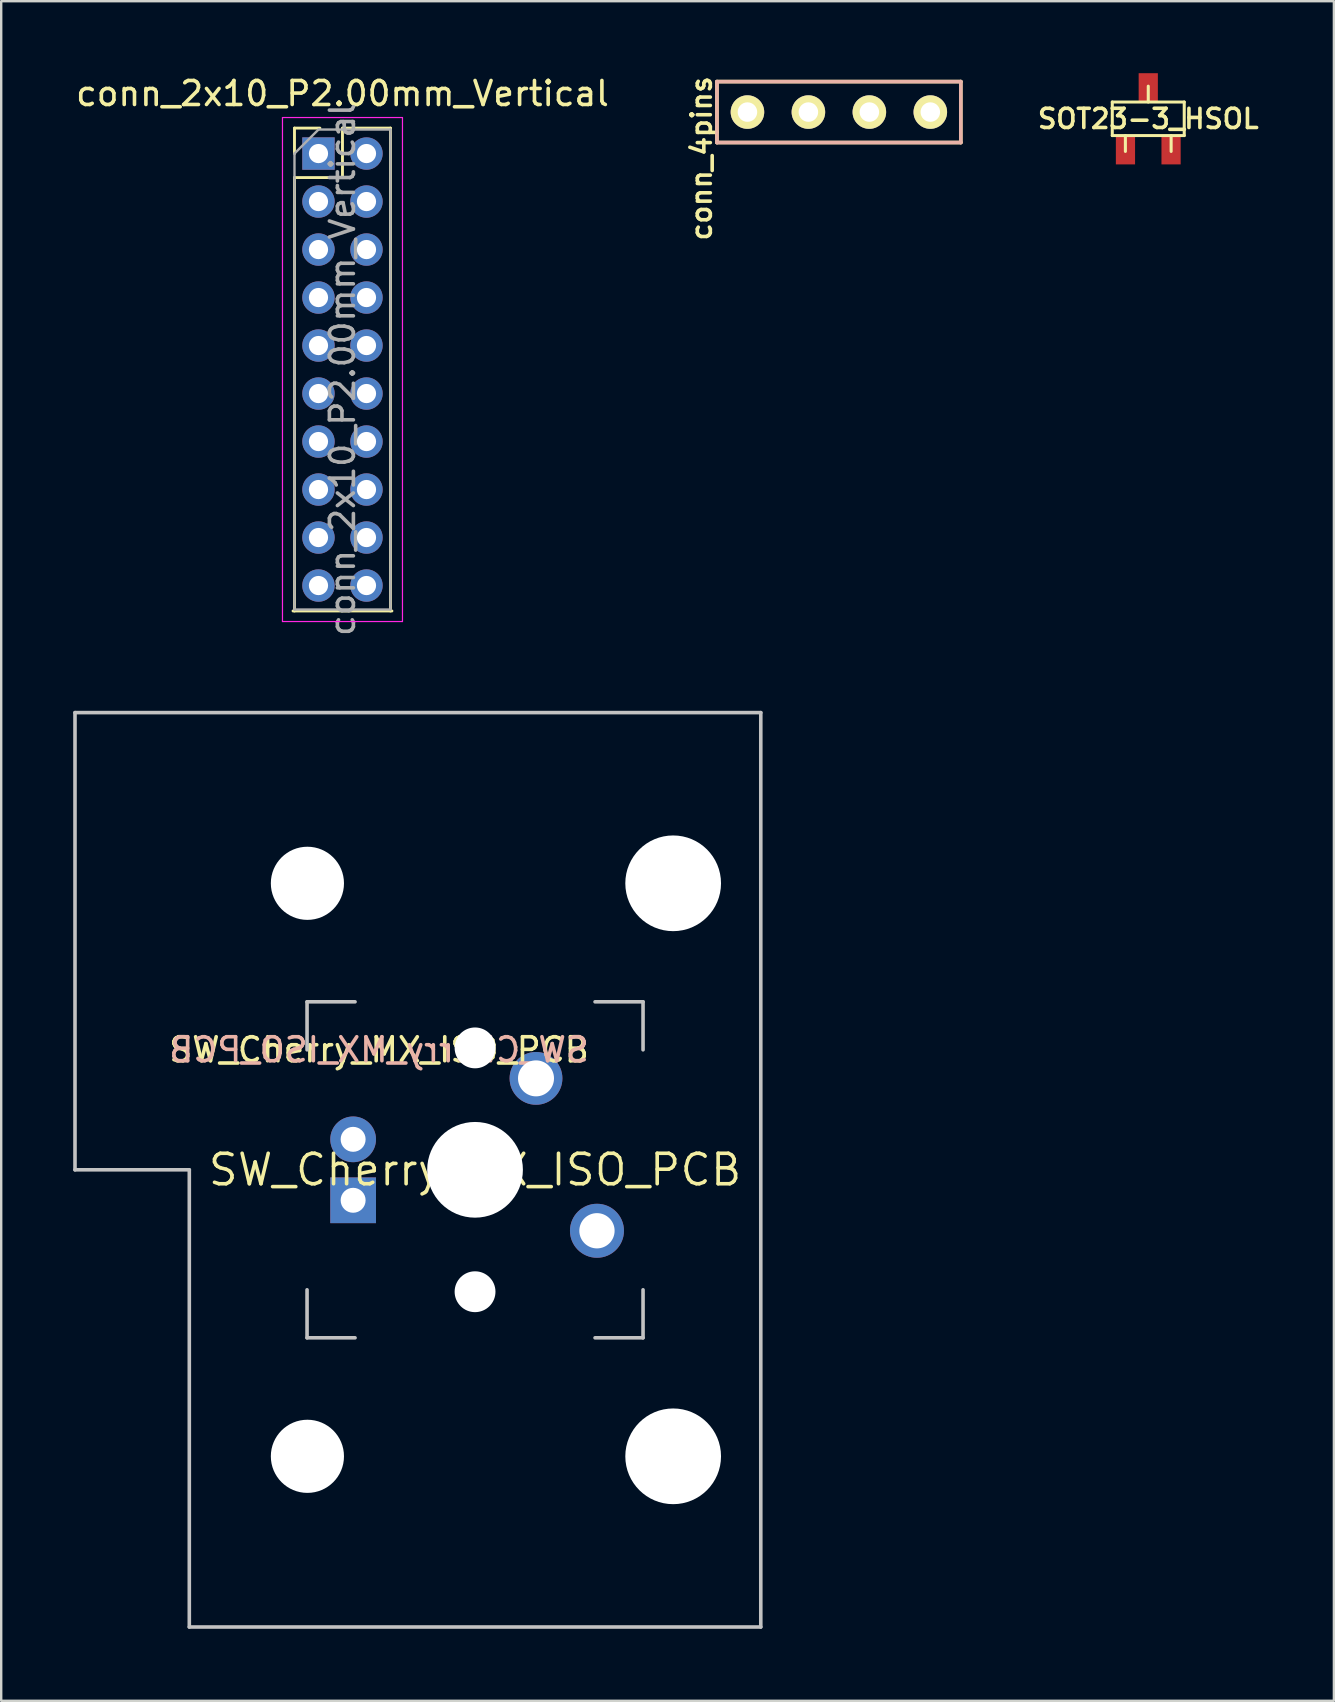
<source format=kicad_pcb>
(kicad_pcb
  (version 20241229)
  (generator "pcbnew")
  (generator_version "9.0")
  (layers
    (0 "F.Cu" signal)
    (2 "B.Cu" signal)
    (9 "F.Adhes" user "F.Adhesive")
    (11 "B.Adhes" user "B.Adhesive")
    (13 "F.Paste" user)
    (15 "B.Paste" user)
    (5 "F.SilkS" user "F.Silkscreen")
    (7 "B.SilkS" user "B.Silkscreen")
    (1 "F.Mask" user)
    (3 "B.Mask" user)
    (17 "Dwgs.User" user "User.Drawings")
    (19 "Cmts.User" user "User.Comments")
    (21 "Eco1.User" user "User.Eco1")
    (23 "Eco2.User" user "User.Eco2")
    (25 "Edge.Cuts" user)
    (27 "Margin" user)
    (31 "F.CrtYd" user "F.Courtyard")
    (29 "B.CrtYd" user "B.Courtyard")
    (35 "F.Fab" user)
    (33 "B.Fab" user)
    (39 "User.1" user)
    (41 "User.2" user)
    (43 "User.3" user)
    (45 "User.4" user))
  (footprint "conn_2x10_P2.00mm_Vertical"
    (layer "F.Cu")
    (at 12.22 3.348)
    (property "Reference" "conn_2x10_P2.00mm_Vertical" (at -1 -2.5 0) (layer "F.SilkS") (effects (font (size 1 1) (thickness 0.15))))
    (attr through_hole)
    (fp_line (start -3.06 19.06) (end 1.06 19.06) (stroke (width 0.12) (type solid)) (layer "F.SilkS"))
    (fp_line (start -3 -1.06) (end -3 0) (stroke (width 0.12) (type solid)) (layer "F.SilkS"))
    (fp_line (start -3 -1.06) (end -1.94 -1.06) (stroke (width 0.12) (type solid)) (layer "F.SilkS"))
    (fp_line (start -3 1) (end -3 19.06) (stroke (width 0.12) (type solid)) (layer "F.SilkS"))
    (fp_line (start -3 1) (end -1 1) (stroke (width 0.12) (type solid)) (layer "F.SilkS"))
    (fp_line (start -1 -1.06) (end -1 1) (stroke (width 0.12) (type solid)) (layer "F.SilkS"))
    (fp_line (start -1 -1.06) (end 1 -1.06) (stroke (width 0.12) (type solid)) (layer "F.SilkS"))
    (fp_line (start 1 -1.06) (end 1 19.06) (stroke (width 0.12) (type solid)) (layer "F.SilkS"))
    (fp_line (start -3.5 -1.5) (end 1.5 -1.5) (stroke (width 0.05) (type solid)) (layer "F.CrtYd"))
    (fp_line (start -3.5 19.5) (end -3.5 -1.5) (stroke (width 0.05) (type solid)) (layer "F.CrtYd"))
    (fp_line (start 1.5 -1.5) (end 1.5 19.5) (stroke (width 0.05) (type solid)) (layer "F.CrtYd"))
    (fp_line (start 1.5 19.5) (end -3.5 19.5) (stroke (width 0.05) (type solid)) (layer "F.CrtYd"))
    (fp_line (start -3 0) (end -3 19) (stroke (width 0.1) (type solid)) (layer "F.Fab"))
    (fp_line (start -2 -1) (end -3 0) (stroke (width 0.1) (type solid)) (layer "F.Fab"))
    (fp_line (start -2 -1) (end 1 -1) (stroke (width 0.1) (type solid)) (layer "F.Fab"))
    (fp_line (start 1 19) (end -3 19) (stroke (width 0.1) (type solid)) (layer "F.Fab"))
    (fp_line (start 1 19) (end 1 -1) (stroke (width 0.1) (type solid)) (layer "F.Fab"))
    (fp_text user "${REFERENCE}" (at -1 9 90) (layer "F.Fab") (effects (font (size 1 1) (thickness 0.15))))
    (pad "1" thru_hole rect (at -2 0) (size 1.35 1.35) (drill 0.8) (layers "*.Cu" "*.Mask"))
    (pad "2" thru_hole oval (at -2 2) (size 1.35 1.35) (drill 0.8) (layers "*.Cu" "*.Mask"))
    (pad "3" thru_hole oval (at -2 4) (size 1.35 1.35) (drill 0.8) (layers "*.Cu" "*.Mask"))
    (pad "4" thru_hole oval (at -2 6) (size 1.35 1.35) (drill 0.8) (layers "*.Cu" "*.Mask"))
    (pad "5" thru_hole oval (at -2 8) (size 1.35 1.35) (drill 0.8) (layers "*.Cu" "*.Mask"))
    (pad "6" thru_hole oval (at -2 10) (size 1.35 1.35) (drill 0.8) (layers "*.Cu" "*.Mask"))
    (pad "7" thru_hole oval (at -2 12) (size 1.35 1.35) (drill 0.8) (layers "*.Cu" "*.Mask"))
    (pad "8" thru_hole oval (at -2 14) (size 1.35 1.35) (drill 0.8) (layers "*.Cu" "*.Mask"))
    (pad "9" thru_hole oval (at -2 16) (size 1.35 1.35) (drill 0.8) (layers "*.Cu" "*.Mask"))
    (pad "10" thru_hole oval (at -2 18) (size 1.35 1.35) (drill 0.8) (layers "*.Cu" "*.Mask"))
    (pad "11" thru_hole oval (at 0 18) (size 1.35 1.35) (drill 0.8) (layers "*.Cu" "*.Mask"))
    (pad "12" thru_hole oval (at 0 16) (size 1.35 1.35) (drill 0.8) (layers "*.Cu" "*.Mask"))
    (pad "13" thru_hole oval (at 0 14) (size 1.35 1.35) (drill 0.8) (layers "*.Cu" "*.Mask"))
    (pad "14" thru_hole oval (at 0 12) (size 1.35 1.35) (drill 0.8) (layers "*.Cu" "*.Mask"))
    (pad "15" thru_hole oval (at 0 10) (size 1.35 1.35) (drill 0.8) (layers "*.Cu" "*.Mask"))
    (pad "16" thru_hole oval (at 0 8) (size 1.35 1.35) (drill 0.8) (layers "*.Cu" "*.Mask"))
    (pad "17" thru_hole oval (at 0 6) (size 1.35 1.35) (drill 0.8) (layers "*.Cu" "*.Mask"))
    (pad "18" thru_hole oval (at 0 4) (size 1.35 1.35) (drill 0.8) (layers "*.Cu" "*.Mask"))
    (pad "19" thru_hole oval (at 0 2) (size 1.35 1.35) (drill 0.8) (layers "*.Cu" "*.Mask"))
    (pad "20" thru_hole oval (at 0 0) (size 1.35 1.35) (drill 0.8) (layers "*.Cu" "*.Mask")))
  (footprint "conn_4pins"
    (layer "F.Cu")
    (at 28.094 1.62)
    (property "Reference" "conn_4pins" (at -1.915 1.93 90) (layer "F.SilkS") (effects (font (size 0.813 0.813) (thickness 0.15))))
    (attr through_hole)
    (fp_line (start -1.27 -1.27) (end 8.89 -1.27) (stroke (width 0.15) (type solid)) (layer "F.SilkS"))
    (fp_line (start -1.27 1.27) (end -1.27 -1.27) (stroke (width 0.15) (type solid)) (layer "F.SilkS"))
    (fp_line (start -1.27 1.27) (end 8.89 1.27) (stroke (width 0.15) (type solid)) (layer "F.SilkS"))
    (fp_line (start 8.89 -1.27) (end 8.89 1.27) (stroke (width 0.15) (type solid)) (layer "F.SilkS"))
    (fp_line (start -1.27 -1.27) (end 8.89 -1.27) (stroke (width 0.15) (type solid)) (layer "B.SilkS"))
    (fp_line (start -1.27 1.27) (end -1.27 -1.27) (stroke (width 0.15) (type solid)) (layer "B.SilkS"))
    (fp_line (start 8.89 -1.27) (end 8.89 1.27) (stroke (width 0.15) (type solid)) (layer "B.SilkS"))
    (fp_line (start 8.89 1.27) (end -1.27 1.27) (stroke (width 0.15) (type solid)) (layer "B.SilkS"))
    (pad "1" thru_hole circle (at 0 0) (size 1.397 1.397) (drill 0.813) (layers "*.Cu" "*.Mask" "F.SilkS"))
    (pad "2" thru_hole circle (at 2.54 0) (size 1.397 1.397) (drill 0.813) (layers "*.Cu" "*.Mask" "F.SilkS"))
    (pad "3" thru_hole circle (at 5.08 0) (size 1.397 1.397) (drill 0.813) (layers "*.Cu" "*.Mask" "F.SilkS"))
    (pad "4" thru_hole circle (at 7.62 0) (size 1.397 1.397) (drill 0.813) (layers "*.Cu" "*.Mask" "F.SilkS")))
  (footprint "SW_Cherry_MX_ISO_PCB"
    (layer "F.Cu")
    (at 16.744 45.693)
    (property "Reference" "SW_Cherry_MX_ISO_PCB" (at 0 0 0) (layer "F.SilkS") (effects (font (size 1.27 1.27) (thickness 0.15))))
    (attr through_hole)
    (fp_line (start -16.669 -19.05) (end -16.669 0) (stroke (width 0.15) (type solid)) (layer "Dwgs.User"))
    (fp_line (start -16.669 -19.05) (end 11.906 -19.05) (stroke (width 0.15) (type solid)) (layer "Dwgs.User"))
    (fp_line (start -11.906 0) (end -16.669 0) (stroke (width 0.15) (type solid)) (layer "Dwgs.User"))
    (fp_line (start -11.906 19.05) (end -11.906 0) (stroke (width 0.15) (type solid)) (layer "Dwgs.User"))
    (fp_line (start -11.906 19.05) (end 11.906 19.05) (stroke (width 0.15) (type solid)) (layer "Dwgs.User"))
    (fp_line (start -7 -7) (end -7 -5) (stroke (width 0.15) (type solid)) (layer "Dwgs.User"))
    (fp_line (start -7 5) (end -7 7) (stroke (width 0.15) (type solid)) (layer "Dwgs.User"))
    (fp_line (start -7 7) (end -5 7) (stroke (width 0.15) (type solid)) (layer "Dwgs.User"))
    (fp_line (start -5 -7) (end -7 -7) (stroke (width 0.15) (type solid)) (layer "Dwgs.User"))
    (fp_line (start 5 -7) (end 7 -7) (stroke (width 0.15) (type solid)) (layer "Dwgs.User"))
    (fp_line (start 5 7) (end 7 7) (stroke (width 0.15) (type solid)) (layer "Dwgs.User"))
    (fp_line (start 7 -7) (end 7 -5) (stroke (width 0.15) (type solid)) (layer "Dwgs.User"))
    (fp_line (start 7 7) (end 7 5) (stroke (width 0.15) (type solid)) (layer "Dwgs.User"))
    (fp_line (start 11.906 -19.05) (end 11.906 19.05) (stroke (width 0.15) (type solid)) (layer "Dwgs.User"))
    (fp_line (start -6.985 -6.985) (end -4.877 -6.985) (stroke (width 0.05) (type solid)) (layer "Eco1.User"))
    (fp_line (start -6.985 6.985) (end -6.985 -6.985) (stroke (width 0.05) (type solid)) (layer "Eco1.User"))
    (fp_line (start -5.69 -15.265) (end -2.286 -15.265) (stroke (width 0.05) (type solid)) (layer "Eco1.User"))
    (fp_line (start -5.69 -8.611) (end -5.69 -15.265) (stroke (width 0.05) (type solid)) (layer "Eco1.User"))
    (fp_line (start -5.69 8.611) (end -4.877 8.611) (stroke (width 0.05) (type solid)) (layer "Eco1.User"))
    (fp_line (start -5.69 15.265) (end -5.69 8.611) (stroke (width 0.05) (type solid)) (layer "Eco1.User"))
    (fp_line (start -4.877 -8.611) (end -5.69 -8.611) (stroke (width 0.05) (type solid)) (layer "Eco1.User"))
    (fp_line (start -4.877 -6.985) (end -4.877 -8.611) (stroke (width 0.05) (type solid)) (layer "Eco1.User"))
    (fp_line (start -4.877 6.985) (end -6.985 6.985) (stroke (width 0.05) (type solid)) (layer "Eco1.User"))
    (fp_line (start -4.877 8.611) (end -4.877 6.985) (stroke (width 0.05) (type solid)) (layer "Eco1.User"))
    (fp_line (start -2.286 -16.129) (end 0.508 -16.129) (stroke (width 0.05) (type solid)) (layer "Eco1.User"))
    (fp_line (start -2.286 -15.265) (end -2.286 -16.129) (stroke (width 0.05) (type solid)) (layer "Eco1.User"))
    (fp_line (start -2.286 15.265) (end -5.69 15.265) (stroke (width 0.05) (type solid)) (layer "Eco1.User"))
    (fp_line (start -2.286 16.129) (end -2.286 15.265) (stroke (width 0.05) (type solid)) (layer "Eco1.User"))
    (fp_line (start 0.508 -16.129) (end 0.508 -15.265) (stroke (width 0.05) (type solid)) (layer "Eco1.User"))
    (fp_line (start 0.508 -15.265) (end 6.604 -15.265) (stroke (width 0.05) (type solid)) (layer "Eco1.User"))
    (fp_line (start 0.508 15.265) (end 0.508 16.129) (stroke (width 0.05) (type solid)) (layer "Eco1.User"))
    (fp_line (start 0.508 16.129) (end -2.286 16.129) (stroke (width 0.05) (type solid)) (layer "Eco1.User"))
    (fp_line (start 5.817 -8.611) (end 5.817 -6.985) (stroke (width 0.05) (type solid)) (layer "Eco1.User"))
    (fp_line (start 5.817 -6.985) (end 6.985 -6.985) (stroke (width 0.05) (type solid)) (layer "Eco1.User"))
    (fp_line (start 5.817 6.985) (end 5.817 8.611) (stroke (width 0.05) (type solid)) (layer "Eco1.User"))
    (fp_line (start 5.817 8.611) (end 6.604 8.611) (stroke (width 0.05) (type solid)) (layer "Eco1.User"))
    (fp_line (start 6.604 -15.265) (end 6.604 -14.224) (stroke (width 0.05) (type solid)) (layer "Eco1.User"))
    (fp_line (start 6.604 -14.224) (end 7.772 -14.224) (stroke (width 0.05) (type solid)) (layer "Eco1.User"))
    (fp_line (start 6.604 -9.652) (end 6.604 -8.611) (stroke (width 0.05) (type solid)) (layer "Eco1.User"))
    (fp_line (start 6.604 -8.611) (end 5.817 -8.611) (stroke (width 0.05) (type solid)) (layer "Eco1.User"))
    (fp_line (start 6.604 8.611) (end 6.604 9.652) (stroke (width 0.05) (type solid)) (layer "Eco1.User"))
    (fp_line (start 6.604 9.652) (end 7.772 9.652) (stroke (width 0.05) (type solid)) (layer "Eco1.User"))
    (fp_line (start 6.604 14.224) (end 6.604 15.265) (stroke (width 0.05) (type solid)) (layer "Eco1.User"))
    (fp_line (start 6.604 15.265) (end 0.508 15.265) (stroke (width 0.05) (type solid)) (layer "Eco1.User"))
    (fp_line (start 6.985 -6.985) (end 6.985 6.985) (stroke (width 0.05) (type solid)) (layer "Eco1.User"))
    (fp_line (start 6.985 6.985) (end 5.817 6.985) (stroke (width 0.05) (type solid)) (layer "Eco1.User"))
    (fp_line (start 7.772 -14.224) (end 7.772 -9.652) (stroke (width 0.05) (type solid)) (layer "Eco1.User"))
    (fp_line (start 7.772 -9.652) (end 6.604 -9.652) (stroke (width 0.05) (type solid)) (layer "Eco1.User"))
    (fp_line (start 7.772 9.652) (end 7.772 14.224) (stroke (width 0.05) (type solid)) (layer "Eco1.User"))
    (fp_line (start 7.772 14.224) (end 6.604 14.224) (stroke (width 0.05) (type solid)) (layer "Eco1.User"))
    (fp_text user "${REFERENCE}" (at -4 -5 180) (layer "F.SilkS") (effects (font (size 1 1) (thickness 0.15))))
    (fp_text user "${REFERENCE}" (at -4 -5 180) (layer "B.SilkS") (effects (font (size 1 1) (thickness 0.15)) (justify mirror)))
    (pad "" np_thru_hole circle (at -6.985 -11.938) (size 3.048 3.048) (drill 3.048) (layers "*.Cu" "*.Mask"))
    (pad "" np_thru_hole circle (at -6.985 11.938) (size 3.048 3.048) (drill 3.048) (layers "*.Cu" "*.Mask"))
    (pad "" np_thru_hole circle (at 0 -5.08 48.1) (size 1.702 1.702) (drill 1.702) (layers "*.Cu" "*.Mask"))
    (pad "" np_thru_hole circle (at 0 0) (size 3.988 3.988) (drill 3.988) (layers "*.Cu" "*.Mask"))
    (pad "" np_thru_hole circle (at 0 5.08 48.1) (size 1.702 1.702) (drill 1.702) (layers "*.Cu" "*.Mask"))
    (pad "" np_thru_hole circle (at 8.255 -11.938) (size 3.988 3.988) (drill 3.988) (layers "*.Cu" "*.Mask"))
    (pad "" np_thru_hole circle (at 8.255 11.938) (size 3.988 3.988) (drill 3.988) (layers "*.Cu" "*.Mask"))
    (pad "1" thru_hole circle (at 5.08 2.54) (size 2.25 2.25) (drill 1.47) (layers "*.Cu" "B.Mask"))
    (pad "2" thru_hole circle (at 2.54 -3.81 270) (size 2.2 2.2) (drill 1.5) (layers "*.Cu" "*.Mask"))
    (pad "3" thru_hole circle (at -5.08 -1.27) (size 1.905 1.905) (drill 1.04) (layers "*.Cu" "B.Mask"))
    (pad "4" thru_hole rect (at -5.08 1.27) (size 1.905 1.905) (drill 1.04) (layers "*.Cu" "B.Mask")))
  (footprint "SOT23-3_HSOL"
    (layer "F.Cu")
    (at 44.795 1.9)
    (property "Reference" "SOT23-3_HSOL" (at 0 0 0) (layer "F.SilkS") (effects (font (size 0.8 0.8) (thickness 0.15))))
    (attr smd)
    (fp_line (start -1.499 -0.699) (end 1.499 -0.699) (stroke (width 0.127) (type solid)) (layer "F.SilkS"))
    (fp_line (start -1.499 0.699) (end -1.499 -0.699) (stroke (width 0.127) (type solid)) (layer "F.SilkS"))
    (fp_line (start -0.953 0.699) (end -0.953 1.359) (stroke (width 0.127) (type solid)) (layer "F.SilkS"))
    (fp_line (start 0 -0.699) (end 0 -1.359) (stroke (width 0.127) (type solid)) (layer "F.SilkS"))
    (fp_line (start 0.953 0.699) (end 0.953 1.359) (stroke (width 0.127) (type solid)) (layer "F.SilkS"))
    (fp_line (start 1.499 -0.699) (end 1.499 0.699) (stroke (width 0.127) (type solid)) (layer "F.SilkS"))
    (fp_line (start 1.499 0.699) (end -1.499 0.699) (stroke (width 0.127) (type solid)) (layer "F.SilkS"))
    (pad "1" smd rect (at -0.95 1.3) (size 0.8 1.2) (layers "F.Cu" "F.Mask" "F.Paste"))
    (pad "2" smd rect (at 0.95 1.3) (size 0.8 1.2) (layers "F.Cu" "F.Mask" "F.Paste"))
    (pad "3" smd rect (at 0 -1.3) (size 0.8 1.2) (layers "F.Cu" "F.Mask" "F.Paste")))
  (gr_rect
    (start -3 -3)
    (end 52.53 67.818)
    (stroke (width 0.1) (type default))
    (fill no)
    (layer "Edge.Cuts")))
</source>
